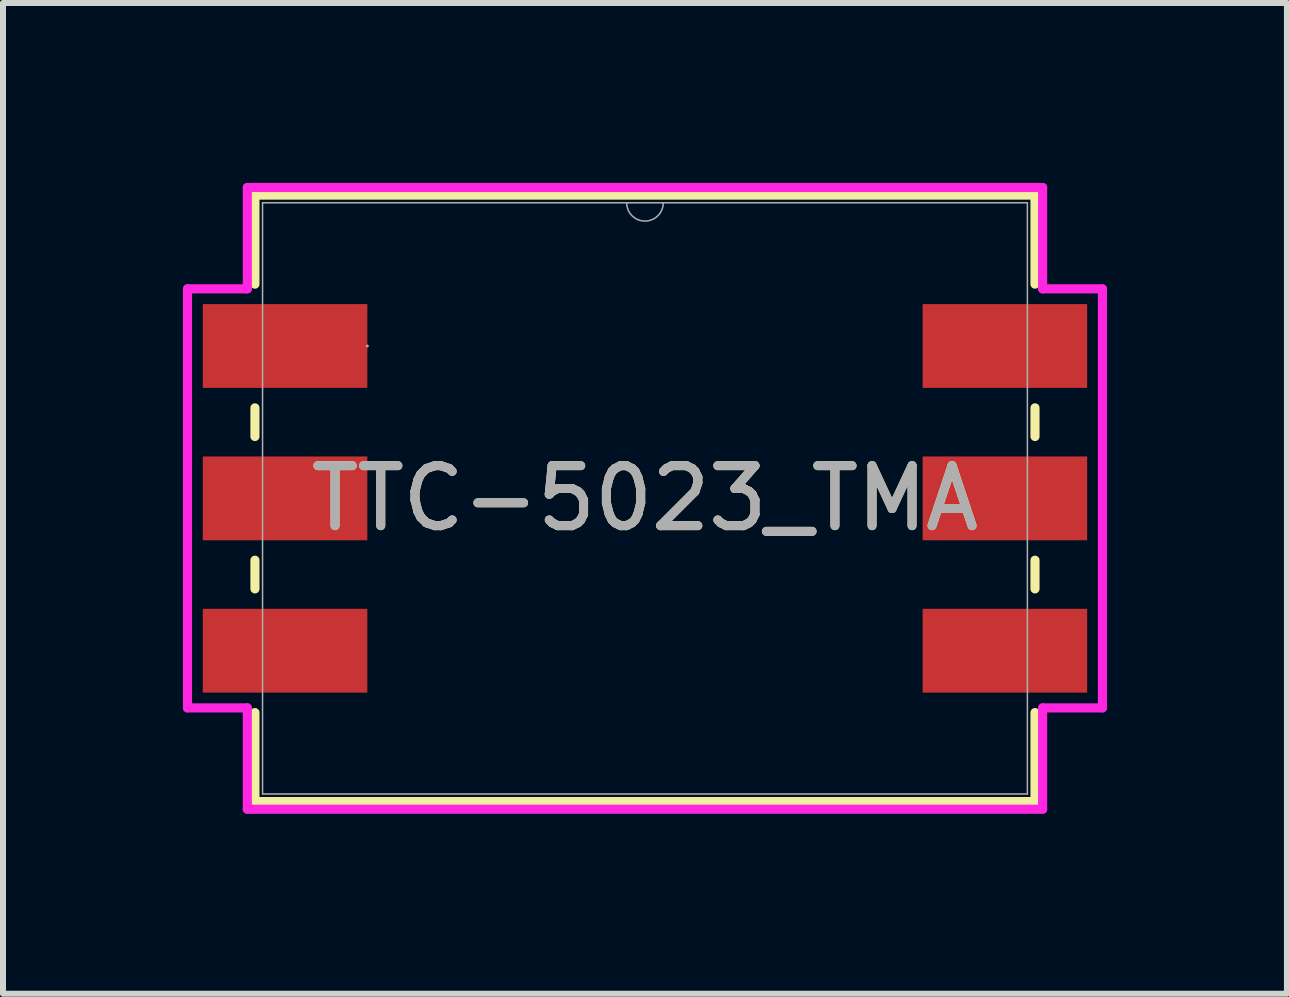
<source format=kicad_pcb>
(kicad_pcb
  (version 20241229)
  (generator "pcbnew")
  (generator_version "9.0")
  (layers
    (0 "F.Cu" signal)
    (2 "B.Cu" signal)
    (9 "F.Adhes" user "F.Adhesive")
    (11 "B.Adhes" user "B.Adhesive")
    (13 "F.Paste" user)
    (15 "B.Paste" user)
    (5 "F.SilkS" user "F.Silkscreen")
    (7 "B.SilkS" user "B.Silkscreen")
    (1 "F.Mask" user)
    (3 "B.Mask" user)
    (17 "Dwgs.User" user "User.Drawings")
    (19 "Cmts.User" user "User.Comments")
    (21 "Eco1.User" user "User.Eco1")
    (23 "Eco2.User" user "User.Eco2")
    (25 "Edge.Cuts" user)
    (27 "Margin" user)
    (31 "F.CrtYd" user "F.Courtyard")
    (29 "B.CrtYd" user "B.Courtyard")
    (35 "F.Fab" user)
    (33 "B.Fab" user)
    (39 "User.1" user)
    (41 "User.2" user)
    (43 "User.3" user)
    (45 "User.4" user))
  (footprint "TTC-5023_TMA"
    (layer "F.Cu")
    (at 7.702 5.258)
    (property "Reference" "TTC-5023_TMA" (at 0 0 0) (unlocked yes) (layer "F.SilkS") (effects (font (size 1 1) (thickness 0.15))))
    (attr smd)
    (fp_line (start -6.502 -5.055) (end -6.502 -3.571) (stroke (width 0.152) (type solid)) (layer "F.SilkS"))
    (fp_line (start -6.502 -1.509) (end -6.502 -1.031) (stroke (width 0.152) (type solid)) (layer "F.SilkS"))
    (fp_line (start -6.502 1.031) (end -6.502 1.509) (stroke (width 0.152) (type solid)) (layer "F.SilkS"))
    (fp_line (start -6.502 3.571) (end -6.502 5.055) (stroke (width 0.152) (type solid)) (layer "F.SilkS"))
    (fp_line (start -6.502 5.055) (end 6.502 5.055) (stroke (width 0.152) (type solid)) (layer "F.SilkS"))
    (fp_line (start 6.502 -5.055) (end -6.502 -5.055) (stroke (width 0.152) (type solid)) (layer "F.SilkS"))
    (fp_line (start 6.502 -3.571) (end 6.502 -5.055) (stroke (width 0.152) (type solid)) (layer "F.SilkS"))
    (fp_line (start 6.502 -1.031) (end 6.502 -1.509) (stroke (width 0.152) (type solid)) (layer "F.SilkS"))
    (fp_line (start 6.502 1.509) (end 6.502 1.031) (stroke (width 0.152) (type solid)) (layer "F.SilkS"))
    (fp_line (start 6.502 5.055) (end 6.502 3.571) (stroke (width 0.152) (type solid)) (layer "F.SilkS"))
    (fp_line (start -7.626 -3.493) (end -6.629 -3.493) (stroke (width 0.152) (type solid)) (layer "F.CrtYd"))
    (fp_line (start -7.626 3.493) (end -7.626 -3.493) (stroke (width 0.152) (type solid)) (layer "F.CrtYd"))
    (fp_line (start -7.626 3.493) (end -6.629 3.493) (stroke (width 0.152) (type solid)) (layer "F.CrtYd"))
    (fp_line (start -6.629 -5.182) (end 6.629 -5.182) (stroke (width 0.152) (type solid)) (layer "F.CrtYd"))
    (fp_line (start -6.629 -3.493) (end -6.629 -5.182) (stroke (width 0.152) (type solid)) (layer "F.CrtYd"))
    (fp_line (start -6.629 5.182) (end -6.629 3.493) (stroke (width 0.152) (type solid)) (layer "F.CrtYd"))
    (fp_line (start 6.629 -5.182) (end 6.629 -3.493) (stroke (width 0.152) (type solid)) (layer "F.CrtYd"))
    (fp_line (start 6.629 3.493) (end 6.629 5.182) (stroke (width 0.152) (type solid)) (layer "F.CrtYd"))
    (fp_line (start 6.629 5.182) (end -6.629 5.182) (stroke (width 0.152) (type solid)) (layer "F.CrtYd"))
    (fp_line (start 7.626 -3.493) (end 6.629 -3.493) (stroke (width 0.152) (type solid)) (layer "F.CrtYd"))
    (fp_line (start 7.626 -3.493) (end 7.626 3.493) (stroke (width 0.152) (type solid)) (layer "F.CrtYd"))
    (fp_line (start 7.626 3.493) (end 6.629 3.493) (stroke (width 0.152) (type solid)) (layer "F.CrtYd"))
    (fp_line (start -6.375 -4.928) (end -6.375 4.928) (stroke (width 0.025) (type solid)) (layer "F.Fab"))
    (fp_line (start -6.375 4.928) (end 6.375 4.928) (stroke (width 0.025) (type solid)) (layer "F.Fab"))
    (fp_line (start 6.375 -4.928) (end -6.375 -4.928) (stroke (width 0.025) (type solid)) (layer "F.Fab"))
    (fp_line (start 6.375 4.928) (end 6.375 -4.928) (stroke (width 0.025) (type solid)) (layer "F.Fab"))
    (fp_arc (start 0.3048 -4.9276) (mid 0 -4.6228) (end -0.3048 -4.9276) (stroke (width 0.0254) (type solid)) (layer "F.Fab"))
    (fp_circle (center -4.628 -2.54) (end -4.628 -2.54) (stroke (width 0.025) (type solid)) (fill no) (layer "F.Fab"))
    (fp_text user "${REFERENCE}" (at 0 0 0) (unlocked yes) (layer "F.Fab") (effects (font (size 1 1) (thickness 0.15))))
    (pad "1" smd rect (at -6 -2.54) (size 2.743 1.397) (layers "F.Cu" "F.Mask" "F.Paste"))
    (pad "2" smd rect (at -6 0) (size 2.743 1.397) (layers "F.Cu" "F.Mask" "F.Paste"))
    (pad "3" smd rect (at -6 2.54) (size 2.743 1.397) (layers "F.Cu" "F.Mask" "F.Paste"))
    (pad "4" smd rect (at 6 2.54) (size 2.743 1.397) (layers "F.Cu" "F.Mask" "F.Paste"))
    (pad "5" smd rect (at 6 0) (size 2.743 1.397) (layers "F.Cu" "F.Mask" "F.Paste"))
    (pad "6" smd rect (at 6 -2.54) (size 2.743 1.397) (layers "F.Cu" "F.Mask" "F.Paste")))
  (gr_rect
    (start -3 -3)
    (end 18.404 13.516)
    (stroke (width 0.1) (type default))
    (fill no)
    (layer "Edge.Cuts")))
</source>
